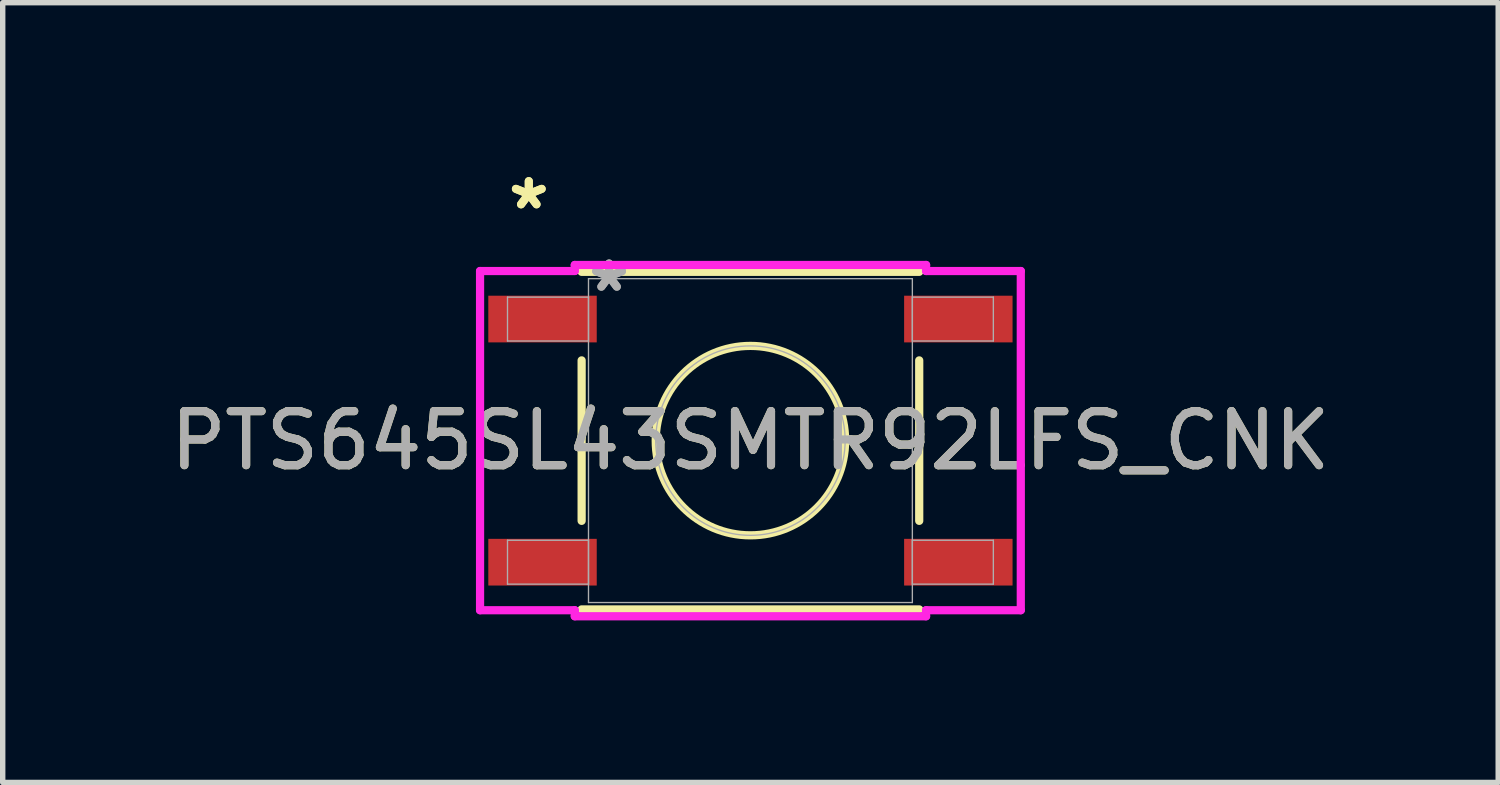
<source format=kicad_pcb>
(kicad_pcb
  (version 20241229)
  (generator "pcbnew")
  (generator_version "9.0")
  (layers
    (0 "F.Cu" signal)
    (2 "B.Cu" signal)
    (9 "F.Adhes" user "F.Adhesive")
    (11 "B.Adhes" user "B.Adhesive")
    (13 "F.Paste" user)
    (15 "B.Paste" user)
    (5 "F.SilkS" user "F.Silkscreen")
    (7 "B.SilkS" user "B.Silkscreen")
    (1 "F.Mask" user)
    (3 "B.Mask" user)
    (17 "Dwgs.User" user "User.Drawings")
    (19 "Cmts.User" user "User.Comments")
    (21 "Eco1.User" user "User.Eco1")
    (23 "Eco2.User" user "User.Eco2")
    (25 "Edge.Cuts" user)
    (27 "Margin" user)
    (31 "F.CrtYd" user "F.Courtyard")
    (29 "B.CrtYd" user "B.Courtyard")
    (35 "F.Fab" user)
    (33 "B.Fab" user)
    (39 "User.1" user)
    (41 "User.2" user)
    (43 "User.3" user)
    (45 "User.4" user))
  (footprint "PTS645SL43SMTR92LFS_CNK"
    (layer "F.Cu")
    (at 10.839 5.105)
    (property "Reference" "PTS645SL43SMTR92LFS_CNK" (at 0 0 0) (unlocked yes) (layer "F.SilkS") (effects (font (size 1 1) (thickness 0.15))))
    (attr smd)
    (fp_line (start -3.124 -1.485) (end -3.124 1.485) (stroke (width 0.152) (type solid)) (layer "F.SilkS"))
    (fp_line (start -3.124 3.124) (end 3.124 3.124) (stroke (width 0.152) (type solid)) (layer "F.SilkS"))
    (fp_line (start 3.124 -3.124) (end -3.124 -3.124) (stroke (width 0.152) (type solid)) (layer "F.SilkS"))
    (fp_line (start 3.124 1.485) (end 3.124 -1.485) (stroke (width 0.152) (type solid)) (layer "F.SilkS"))
    (fp_circle (center 0 0) (end 1.753 0) (stroke (width 0.152) (type solid)) (fill no) (layer "F.SilkS"))
    (fp_line (start -5.004 -3.139) (end -3.251 -3.139) (stroke (width 0.152) (type solid)) (layer "F.CrtYd"))
    (fp_line (start -5.004 3.139) (end -5.004 -3.139) (stroke (width 0.152) (type solid)) (layer "F.CrtYd"))
    (fp_line (start -3.251 -3.251) (end 3.251 -3.251) (stroke (width 0.152) (type solid)) (layer "F.CrtYd"))
    (fp_line (start -3.251 -3.139) (end -3.251 -3.251) (stroke (width 0.152) (type solid)) (layer "F.CrtYd"))
    (fp_line (start -3.251 3.139) (end -5.004 3.139) (stroke (width 0.152) (type solid)) (layer "F.CrtYd"))
    (fp_line (start -3.251 3.251) (end -3.251 3.139) (stroke (width 0.152) (type solid)) (layer "F.CrtYd"))
    (fp_line (start 3.251 -3.251) (end 3.251 -3.139) (stroke (width 0.152) (type solid)) (layer "F.CrtYd"))
    (fp_line (start 3.251 -3.139) (end 5.004 -3.139) (stroke (width 0.152) (type solid)) (layer "F.CrtYd"))
    (fp_line (start 3.251 3.139) (end 3.251 3.251) (stroke (width 0.152) (type solid)) (layer "F.CrtYd"))
    (fp_line (start 3.251 3.251) (end -3.251 3.251) (stroke (width 0.152) (type solid)) (layer "F.CrtYd"))
    (fp_line (start 5.004 -3.139) (end 5.004 3.139) (stroke (width 0.152) (type solid)) (layer "F.CrtYd"))
    (fp_line (start 5.004 3.139) (end 3.251 3.139) (stroke (width 0.152) (type solid)) (layer "F.CrtYd"))
    (fp_line (start -4.496 -2.656) (end -4.496 -1.844) (stroke (width 0.025) (type solid)) (layer "F.Fab"))
    (fp_line (start -4.496 -1.844) (end -2.997 -1.844) (stroke (width 0.025) (type solid)) (layer "F.Fab"))
    (fp_line (start -4.496 1.844) (end -4.496 2.656) (stroke (width 0.025) (type solid)) (layer "F.Fab"))
    (fp_line (start -4.496 2.656) (end -2.997 2.656) (stroke (width 0.025) (type solid)) (layer "F.Fab"))
    (fp_line (start -2.997 -2.997) (end -2.997 2.997) (stroke (width 0.025) (type solid)) (layer "F.Fab"))
    (fp_line (start -2.997 -2.656) (end -4.496 -2.656) (stroke (width 0.025) (type solid)) (layer "F.Fab"))
    (fp_line (start -2.997 -1.844) (end -2.997 -2.656) (stroke (width 0.025) (type solid)) (layer "F.Fab"))
    (fp_line (start -2.997 1.844) (end -4.496 1.844) (stroke (width 0.025) (type solid)) (layer "F.Fab"))
    (fp_line (start -2.997 2.656) (end -2.997 1.844) (stroke (width 0.025) (type solid)) (layer "F.Fab"))
    (fp_line (start -2.997 2.997) (end 2.997 2.997) (stroke (width 0.025) (type solid)) (layer "F.Fab"))
    (fp_line (start 2.997 -2.997) (end -2.997 -2.997) (stroke (width 0.025) (type solid)) (layer "F.Fab"))
    (fp_line (start 2.997 -2.656) (end 2.997 -1.844) (stroke (width 0.025) (type solid)) (layer "F.Fab"))
    (fp_line (start 2.997 -1.844) (end 4.496 -1.844) (stroke (width 0.025) (type solid)) (layer "F.Fab"))
    (fp_line (start 2.997 1.844) (end 2.997 2.656) (stroke (width 0.025) (type solid)) (layer "F.Fab"))
    (fp_line (start 2.997 2.656) (end 4.496 2.656) (stroke (width 0.025) (type solid)) (layer "F.Fab"))
    (fp_line (start 2.997 2.997) (end 2.997 -2.997) (stroke (width 0.025) (type solid)) (layer "F.Fab"))
    (fp_line (start 4.496 -2.656) (end 2.997 -2.656) (stroke (width 0.025) (type solid)) (layer "F.Fab"))
    (fp_line (start 4.496 -1.844) (end 4.496 -2.656) (stroke (width 0.025) (type solid)) (layer "F.Fab"))
    (fp_line (start 4.496 1.844) (end 2.997 1.844) (stroke (width 0.025) (type solid)) (layer "F.Fab"))
    (fp_line (start 4.496 2.656) (end 4.496 1.844) (stroke (width 0.025) (type solid)) (layer "F.Fab"))
    (fp_circle (center 0 0) (end 1.753 0) (stroke (width 0.025) (type solid)) (fill no) (layer "F.Fab"))
    (fp_text user "*" (at -4.102 -4.257 0) (unlocked yes) (layer "F.SilkS") (effects (font (size 1 1) (thickness 0.15))))
    (fp_text user "*" (at -4.102 -4.257 0) (layer "F.SilkS") (effects (font (size 1 1) (thickness 0.15))))
    (fp_text user "${REFERENCE}" (at 0 0 0) (unlocked yes) (layer "F.Fab") (effects (font (size 1 1) (thickness 0.15))))
    (fp_text user "*" (at -2.616 -2.733 0) (unlocked yes) (layer "F.Fab") (effects (font (size 1 1) (thickness 0.15))))
    (fp_text user "*" (at -2.616 -2.733 0) (layer "F.Fab") (effects (font (size 1 1) (thickness 0.15))))
    (pad "1" smd rect (at -3.848 -2.25) (size 2.007 0.864) (layers "F.Cu" "F.Mask" "F.Paste"))
    (pad "2" smd rect (at 3.848 -2.25) (size 2.007 0.864) (layers "F.Cu" "F.Mask" "F.Paste"))
    (pad "3" smd rect (at -3.848 2.25) (size 2.007 0.864) (layers "F.Cu" "F.Mask" "F.Paste"))
    (pad "4" smd rect (at 3.848 2.25) (size 2.007 0.864) (layers "F.Cu" "F.Mask" "F.Paste")))
  (gr_rect
    (start -3 -3)
    (end 24.679 11.432)
    (stroke (width 0.1) (type default))
    (fill no)
    (layer "Edge.Cuts")))
</source>
